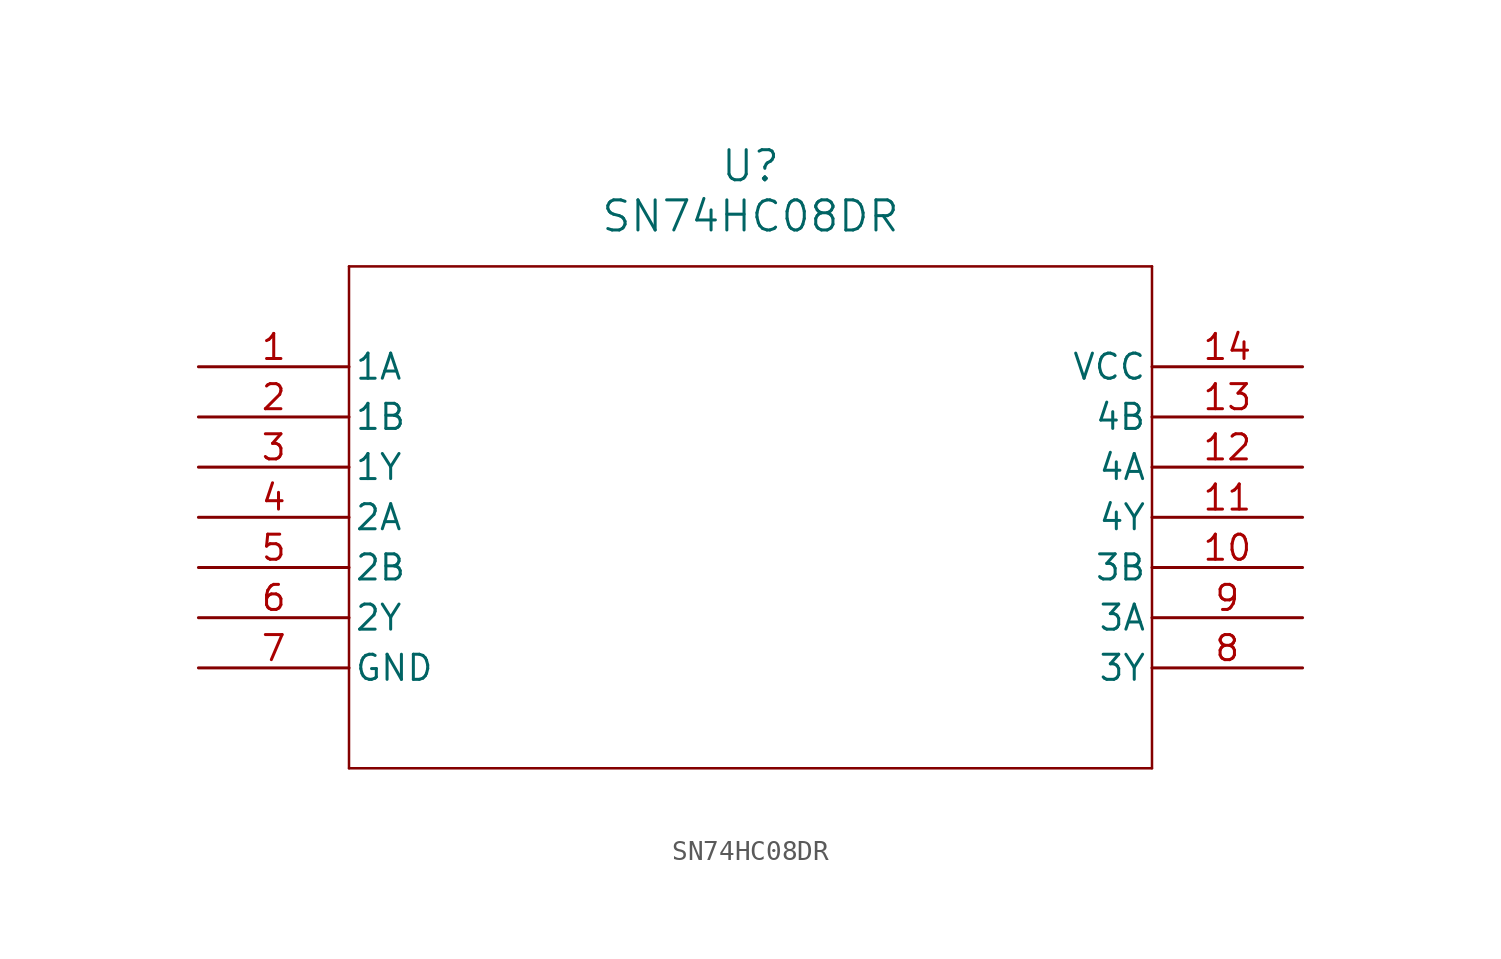
<source format=kicad_sym>
(kicad_symbol_lib
  (version 20241209)
  (generator "kicad_symbol_editor")
  (generator_version "9.0")
  (symbol "SN74HC08DR"
    (pin_names
      (offset 0.254))
    (property "Reference" "U"
      (at 27.94 10.16 0)
      (effects (font (size 1.524 1.524))))
    (property "Value" "SN74HC08DR"
      (at 27.94 7.62 0)
      (effects (font (size 1.524 1.524))))
    (symbol "SN74HC08DR_0_1"
      (polyline (pts (xy 7.62 5.08) (xy 7.62 -20.32)) (stroke (width 0.127) (type default)) (fill (type none)))
      (polyline (pts (xy 7.62 -20.32) (xy 48.26 -20.32)) (stroke (width 0.127) (type default)) (fill (type none)))
      (polyline (pts (xy 48.26 5.08) (xy 7.62 5.08)) (stroke (width 0.127) (type default)) (fill (type none)))
      (polyline (pts (xy 48.26 -20.32) (xy 48.26 5.08)) (stroke (width 0.127) (type default)) (fill (type none)))
      (pin input line (at 0 0 0) (length 7.62) (name "1A" (effects (font (size 1.27 1.27)))) (number "1" (effects (font (size 1.27 1.27)))))
      (pin input line (at 0 -2.54 0) (length 7.62) (name "1B" (effects (font (size 1.27 1.27)))) (number "2" (effects (font (size 1.27 1.27)))))
      (pin output line (at 0 -5.08 0) (length 7.62) (name "1Y" (effects (font (size 1.27 1.27)))) (number "3" (effects (font (size 1.27 1.27)))))
      (pin input line (at 0 -7.62 0) (length 7.62) (name "2A" (effects (font (size 1.27 1.27)))) (number "4" (effects (font (size 1.27 1.27)))))
      (pin input line (at 0 -10.16 0) (length 7.62) (name "2B" (effects (font (size 1.27 1.27)))) (number "5" (effects (font (size 1.27 1.27)))))
      (pin output line (at 0 -12.7 0) (length 7.62) (name "2Y" (effects (font (size 1.27 1.27)))) (number "6" (effects (font (size 1.27 1.27)))))
      (pin power_in line (at 0 -15.24 0) (length 7.62) (name "GND" (effects (font (size 1.27 1.27)))) (number "7" (effects (font (size 1.27 1.27)))))
      (pin power_in line (at 55.88 0 180) (length 7.62) (name "VCC" (effects (font (size 1.27 1.27)))) (number "14" (effects (font (size 1.27 1.27)))))
      (pin input line (at 55.88 -2.54 180) (length 7.62) (name "4B" (effects (font (size 1.27 1.27)))) (number "13" (effects (font (size 1.27 1.27)))))
      (pin input line (at 55.88 -5.08 180) (length 7.62) (name "4A" (effects (font (size 1.27 1.27)))) (number "12" (effects (font (size 1.27 1.27)))))
      (pin output line (at 55.88 -7.62 180) (length 7.62) (name "4Y" (effects (font (size 1.27 1.27)))) (number "11" (effects (font (size 1.27 1.27)))))
      (pin input line (at 55.88 -10.16 180) (length 7.62) (name "3B" (effects (font (size 1.27 1.27)))) (number "10" (effects (font (size 1.27 1.27)))))
      (pin input line (at 55.88 -12.7 180) (length 7.62) (name "3A" (effects (font (size 1.27 1.27)))) (number "9" (effects (font (size 1.27 1.27)))))
      (pin output line (at 55.88 -15.24 180) (length 7.62) (name "3Y" (effects (font (size 1.27 1.27)))) (number "8" (effects (font (size 1.27 1.27))))))))
</source>
